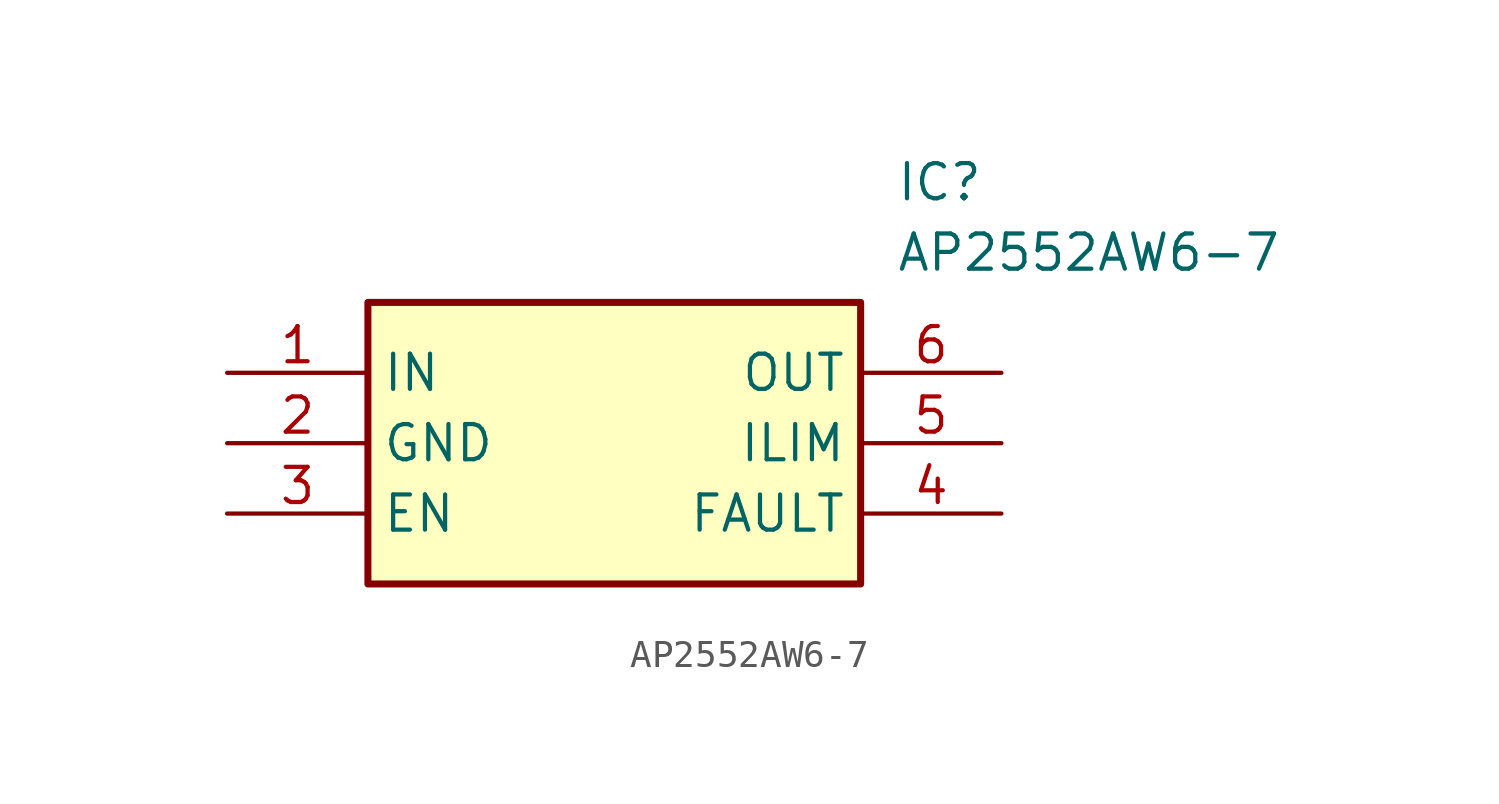
<source format=kicad_sym>
(kicad_symbol_lib
  (version 20211014)
  (generator SamacSys_ECAD_Model)
  (symbol "AP2552AW6-7"
    (property "Reference" "IC"
      (at 24.13 7.62 0)
      (effects (font (size 1.27 1.27)) (justify left top)))
    (property "Value" "AP2552AW6-7"
      (at 24.13 5.08 0)
      (effects (font (size 1.27 1.27)) (justify left top)))
    (rectangle
      (start 5.08 2.54)
      (end 22.86 -7.62)
      (stroke (width 0.254) (type default))
      (fill (type background)))
    (pin passive line
      (at 0 0 0)
      (length 5.08)
      (name "IN" (effects (font (size 1.27 1.27))))
      (number "1" (effects (font (size 1.27 1.27)))))
    (pin passive line
      (at 0 -2.54 0)
      (length 5.08)
      (name "GND" (effects (font (size 1.27 1.27))))
      (number "2" (effects (font (size 1.27 1.27)))))
    (pin passive line
      (at 0 -5.08 0)
      (length 5.08)
      (name "EN" (effects (font (size 1.27 1.27))))
      (number "3" (effects (font (size 1.27 1.27)))))
    (pin passive line
      (at 27.94 0 180)
      (length 5.08)
      (name "OUT" (effects (font (size 1.27 1.27))))
      (number "6" (effects (font (size 1.27 1.27)))))
    (pin passive line
      (at 27.94 -2.54 180)
      (length 5.08)
      (name "ILIM" (effects (font (size 1.27 1.27))))
      (number "5" (effects (font (size 1.27 1.27)))))
    (pin passive line
      (at 27.94 -5.08 180)
      (length 5.08)
      (name "FAULT" (effects (font (size 1.27 1.27))))
      (number "4" (effects (font (size 1.27 1.27)))))))
</source>
